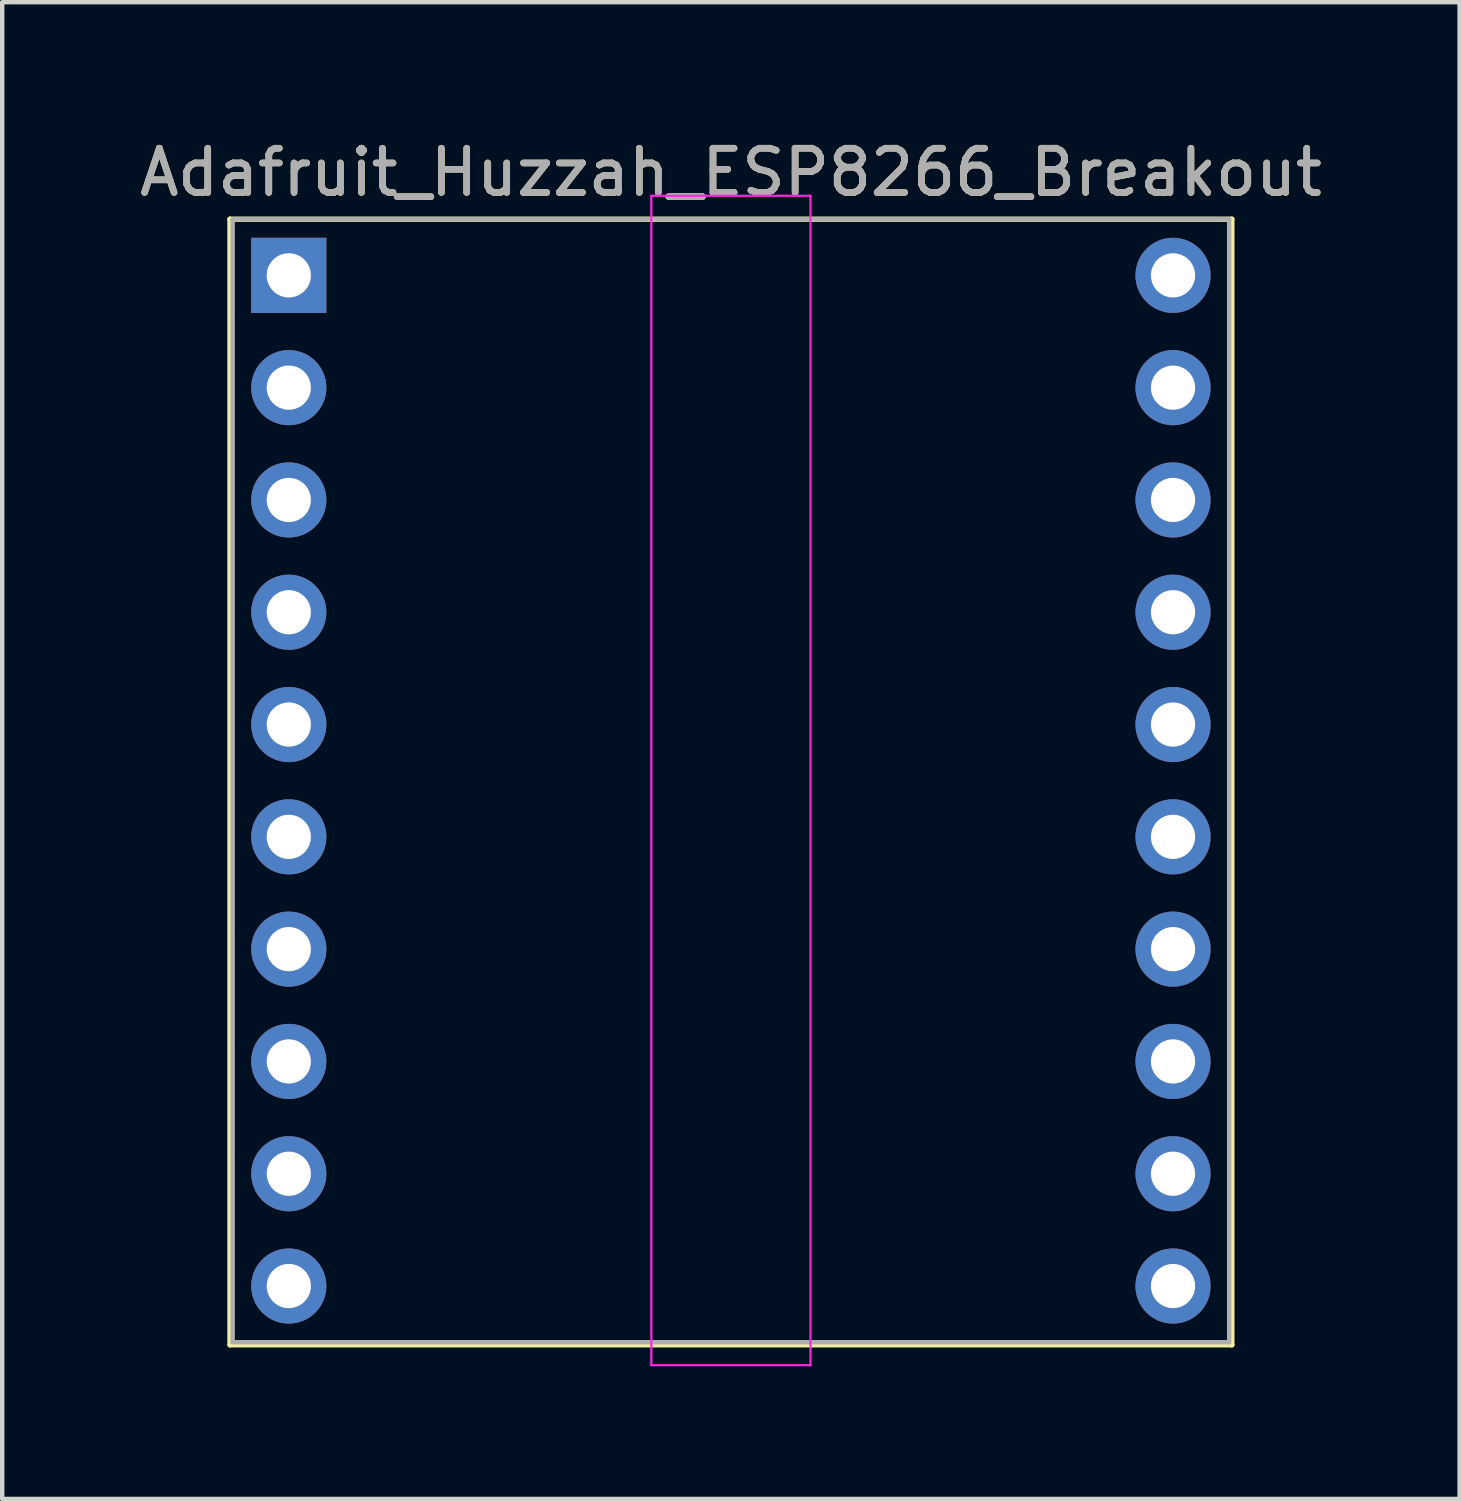
<source format=kicad_pcb>
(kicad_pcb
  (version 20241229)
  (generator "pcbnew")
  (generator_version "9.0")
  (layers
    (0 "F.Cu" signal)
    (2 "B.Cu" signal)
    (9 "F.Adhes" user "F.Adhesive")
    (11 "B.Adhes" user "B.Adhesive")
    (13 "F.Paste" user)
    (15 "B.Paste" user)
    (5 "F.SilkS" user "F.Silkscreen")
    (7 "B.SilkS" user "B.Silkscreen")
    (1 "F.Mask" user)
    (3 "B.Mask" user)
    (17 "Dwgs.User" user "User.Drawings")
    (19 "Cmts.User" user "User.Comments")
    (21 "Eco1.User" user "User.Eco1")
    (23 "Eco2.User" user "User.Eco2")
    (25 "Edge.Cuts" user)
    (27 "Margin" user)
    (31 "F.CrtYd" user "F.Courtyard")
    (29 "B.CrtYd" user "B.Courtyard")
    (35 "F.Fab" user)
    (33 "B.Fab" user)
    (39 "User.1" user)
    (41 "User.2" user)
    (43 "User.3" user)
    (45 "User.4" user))
  (footprint "Adafruit_Huzzah_ESP8266_Breakout"
    (layer "F.Cu")
    (at 13.482 3.178)
    (property "Reference" "Adafruit_Huzzah_ESP8266_Breakout" (at 0 -2.33 0) (layer "F.SilkS") (effects (font (size 1 1) (thickness 0.15))))
    (attr through_hole)
    (fp_line (start -11.33 -1.27) (end -11.33 24.19) (stroke (width 0.12) (type solid)) (layer "F.SilkS"))
    (fp_line (start -11.33 24.19) (end 11.33 24.19) (stroke (width 0.12) (type solid)) (layer "F.SilkS"))
    (fp_line (start 11.33 -1.27) (end -11.33 -1.27) (stroke (width 0.12) (type solid)) (layer "F.SilkS"))
    (fp_line (start 11.33 24.19) (end 11.33 -1.27) (stroke (width 0.12) (type solid)) (layer "F.SilkS"))
    (fp_line (start -1.8 -1.8) (end -1.8 24.65) (stroke (width 0.05) (type solid)) (layer "F.CrtYd"))
    (fp_line (start -1.8 24.65) (end 1.8 24.65) (stroke (width 0.05) (type solid)) (layer "F.CrtYd"))
    (fp_line (start 1.8 -1.8) (end -1.8 -1.8) (stroke (width 0.05) (type solid)) (layer "F.CrtYd"))
    (fp_line (start 1.8 24.65) (end 1.8 -1.8) (stroke (width 0.05) (type solid)) (layer "F.CrtYd"))
    (fp_line (start -11.27 -1.27) (end -11.27 24.13) (stroke (width 0.1) (type solid)) (layer "F.Fab"))
    (fp_line (start -11.27 24.13) (end 11.27 24.13) (stroke (width 0.1) (type solid)) (layer "F.Fab"))
    (fp_line (start 11.27 -1.27) (end -11.27 -1.27) (stroke (width 0.1) (type solid)) (layer "F.Fab"))
    (fp_line (start 11.27 24.13) (end 11.27 -1.27) (stroke (width 0.1) (type solid)) (layer "F.Fab"))
    (fp_text user "${REFERENCE}" (at 0 -2.33 0) (layer "F.Fab") (effects (font (size 1 1) (thickness 0.15))))
    (pad "1" thru_hole rect (at -10 0) (size 1.7 1.7) (drill 1) (layers "*.Cu" "*.Mask"))
    (pad "2" thru_hole circle (at 10 0) (size 1.7 1.7) (drill 1) (layers "*.Cu" "*.Mask"))
    (pad "3" thru_hole oval (at -10 2.54) (size 1.7 1.7) (drill 1) (layers "*.Cu" "*.Mask"))
    (pad "4" thru_hole oval (at 10 2.54) (size 1.7 1.7) (drill 1) (layers "*.Cu" "*.Mask"))
    (pad "5" thru_hole oval (at -10 5.08) (size 1.7 1.7) (drill 1) (layers "*.Cu" "*.Mask"))
    (pad "6" thru_hole oval (at 10 5.08) (size 1.7 1.7) (drill 1) (layers "*.Cu" "*.Mask"))
    (pad "7" thru_hole oval (at -10 7.62) (size 1.7 1.7) (drill 1) (layers "*.Cu" "*.Mask"))
    (pad "8" thru_hole oval (at 10 7.62) (size 1.7 1.7) (drill 1) (layers "*.Cu" "*.Mask"))
    (pad "9" thru_hole oval (at -10 10.16) (size 1.7 1.7) (drill 1) (layers "*.Cu" "*.Mask"))
    (pad "10" thru_hole oval (at 10 10.16) (size 1.7 1.7) (drill 1) (layers "*.Cu" "*.Mask"))
    (pad "11" thru_hole oval (at -10 12.7) (size 1.7 1.7) (drill 1) (layers "*.Cu" "*.Mask"))
    (pad "12" thru_hole oval (at 10 12.7) (size 1.7 1.7) (drill 1) (layers "*.Cu" "*.Mask"))
    (pad "13" thru_hole oval (at -10 15.24) (size 1.7 1.7) (drill 1) (layers "*.Cu" "*.Mask"))
    (pad "14" thru_hole oval (at 10 15.24) (size 1.7 1.7) (drill 1) (layers "*.Cu" "*.Mask"))
    (pad "15" thru_hole oval (at -10 17.78) (size 1.7 1.7) (drill 1) (layers "*.Cu" "*.Mask"))
    (pad "16" thru_hole oval (at 10 17.78) (size 1.7 1.7) (drill 1) (layers "*.Cu" "*.Mask"))
    (pad "17" thru_hole oval (at -10 20.32) (size 1.7 1.7) (drill 1) (layers "*.Cu" "*.Mask"))
    (pad "18" thru_hole oval (at 10 20.32) (size 1.7 1.7) (drill 1) (layers "*.Cu" "*.Mask"))
    (pad "19" thru_hole oval (at -10 22.86) (size 1.7 1.7) (drill 1) (layers "*.Cu" "*.Mask"))
    (pad "20" thru_hole oval (at 10 22.86) (size 1.7 1.7) (drill 1) (layers "*.Cu" "*.Mask")))
  (gr_rect
    (start -3 -3)
    (end 29.964 30.853)
    (stroke (width 0.1) (type default))
    (fill no)
    (layer "Edge.Cuts")))
</source>
